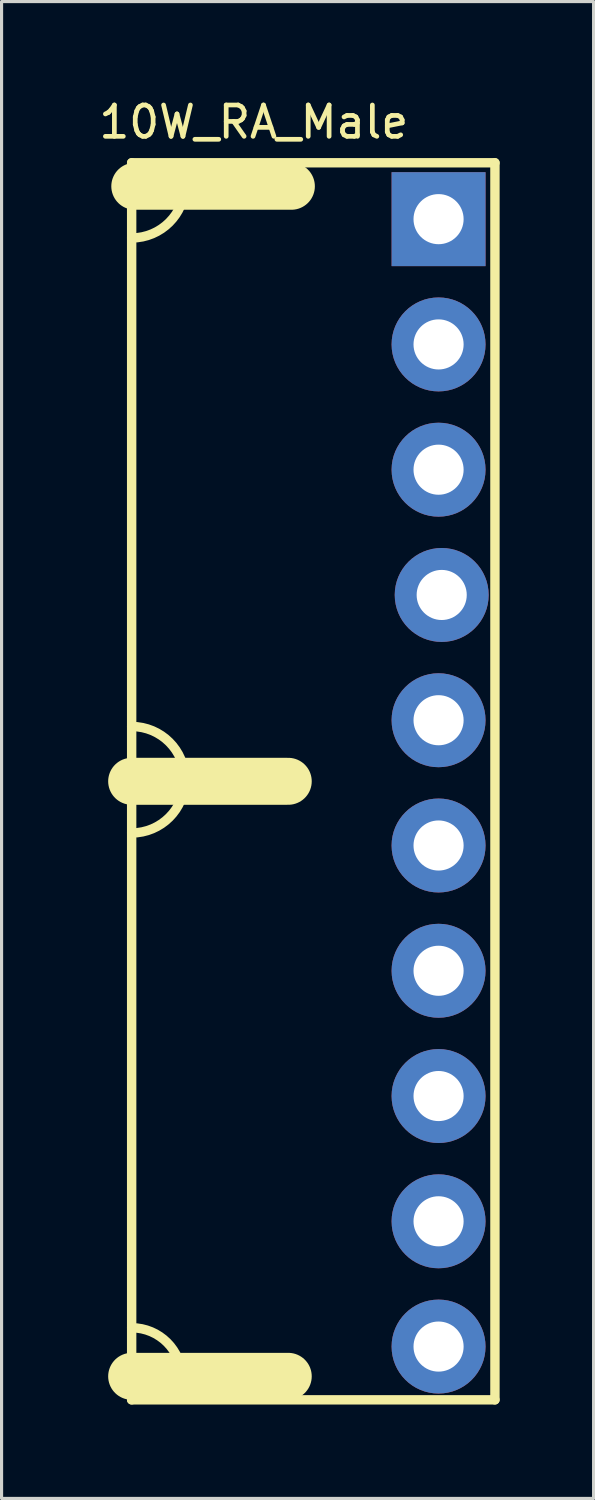
<source format=kicad_pcb>
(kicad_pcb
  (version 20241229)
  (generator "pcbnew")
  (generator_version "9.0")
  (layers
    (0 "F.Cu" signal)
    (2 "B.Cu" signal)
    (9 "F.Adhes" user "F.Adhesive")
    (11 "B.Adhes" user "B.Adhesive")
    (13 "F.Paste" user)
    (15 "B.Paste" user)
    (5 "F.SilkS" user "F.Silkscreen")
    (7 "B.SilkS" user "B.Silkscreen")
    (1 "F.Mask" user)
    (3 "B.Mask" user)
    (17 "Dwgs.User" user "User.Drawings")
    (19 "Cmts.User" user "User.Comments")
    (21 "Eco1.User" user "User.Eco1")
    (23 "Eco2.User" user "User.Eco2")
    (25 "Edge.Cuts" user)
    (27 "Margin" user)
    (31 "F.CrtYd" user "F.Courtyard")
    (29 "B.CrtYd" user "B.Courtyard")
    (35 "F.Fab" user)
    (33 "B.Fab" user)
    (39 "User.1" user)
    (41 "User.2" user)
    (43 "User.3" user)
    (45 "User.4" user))
  (footprint "10W_RA_Male"
    (layer "F.Cu")
    (at 10.954 3.948)
    (property "Reference" "10W_RA_Male" (at -5.9 -3.1 0) (layer "F.SilkS") (effects (font (size 1 1) (thickness 0.15))))
    (attr through_hole)
    (fp_line (start -9.8 -1.8) (end -9.8 37.7) (stroke (width 0.3) (type solid)) (layer "F.SilkS"))
    (fp_line (start -9.8 17.95) (end -4.8 17.95) (stroke (width 1.5) (type solid)) (layer "F.SilkS"))
    (fp_line (start -9.8 36.95) (end -4.8 36.95) (stroke (width 1.5) (type solid)) (layer "F.SilkS"))
    (fp_line (start -9.8 37.7) (end 1.8 37.7) (stroke (width 0.3) (type solid)) (layer "F.SilkS"))
    (fp_line (start -9.7 -1.05) (end -4.7 -1.05) (stroke (width 1.5) (type solid)) (layer "F.SilkS"))
    (fp_line (start 1.8 -1.8) (end -9.8 -1.8) (stroke (width 0.3) (type solid)) (layer "F.SilkS"))
    (fp_line (start 1.8 37.7) (end 1.8 -1.8) (stroke (width 0.3) (type solid)) (layer "F.SilkS"))
    (fp_arc (start -9.8 16.2) (mid -8.1 17.9) (end -9.8 19.6) (stroke (width 0.3) (type solid)) (layer "F.SilkS"))
    (fp_arc (start -9.8 35.4) (mid -8.668629 35.868629) (end -8.2 37) (stroke (width 0.3) (type solid)) (layer "F.SilkS"))
    (fp_arc (start -8.1 -1.1) (mid -8.597918 0.102082) (end -9.8 0.6) (stroke (width 0.3) (type solid)) (layer "F.SilkS"))
    (pad "1" thru_hole rect (at 0 0) (size 3 3) (drill 1.6) (layers "*.Cu" "*.Mask"))
    (pad "2" thru_hole circle (at 0 4) (size 3 3) (drill 1.6) (layers "*.Cu" "*.Mask"))
    (pad "3" thru_hole circle (at 0 8) (size 3 3) (drill 1.6) (layers "*.Cu" "*.Mask"))
    (pad "4" thru_hole circle (at 0.1 12) (size 3 3) (drill 1.6) (layers "*.Cu" "*.Mask"))
    (pad "5" thru_hole circle (at 0 16) (size 3 3) (drill 1.6) (layers "*.Cu" "*.Mask"))
    (pad "6" thru_hole circle (at 0 20) (size 3 3) (drill 1.6) (layers "*.Cu" "*.Mask"))
    (pad "7" thru_hole circle (at 0 24) (size 3 3) (drill 1.6) (layers "*.Cu" "*.Mask"))
    (pad "8" thru_hole circle (at 0 28) (size 3 3) (drill 1.6) (layers "*.Cu" "*.Mask"))
    (pad "9" thru_hole circle (at 0 32) (size 3 3) (drill 1.6) (layers "*.Cu" "*.Mask"))
    (pad "10" thru_hole circle (at 0 36) (size 3 3) (drill 1.6) (layers "*.Cu" "*.Mask")))
  (gr_rect
    (start -3 -3)
    (end 15.904 44.798)
    (stroke (width 0.1) (type default))
    (fill no)
    (layer "Edge.Cuts")))
</source>
